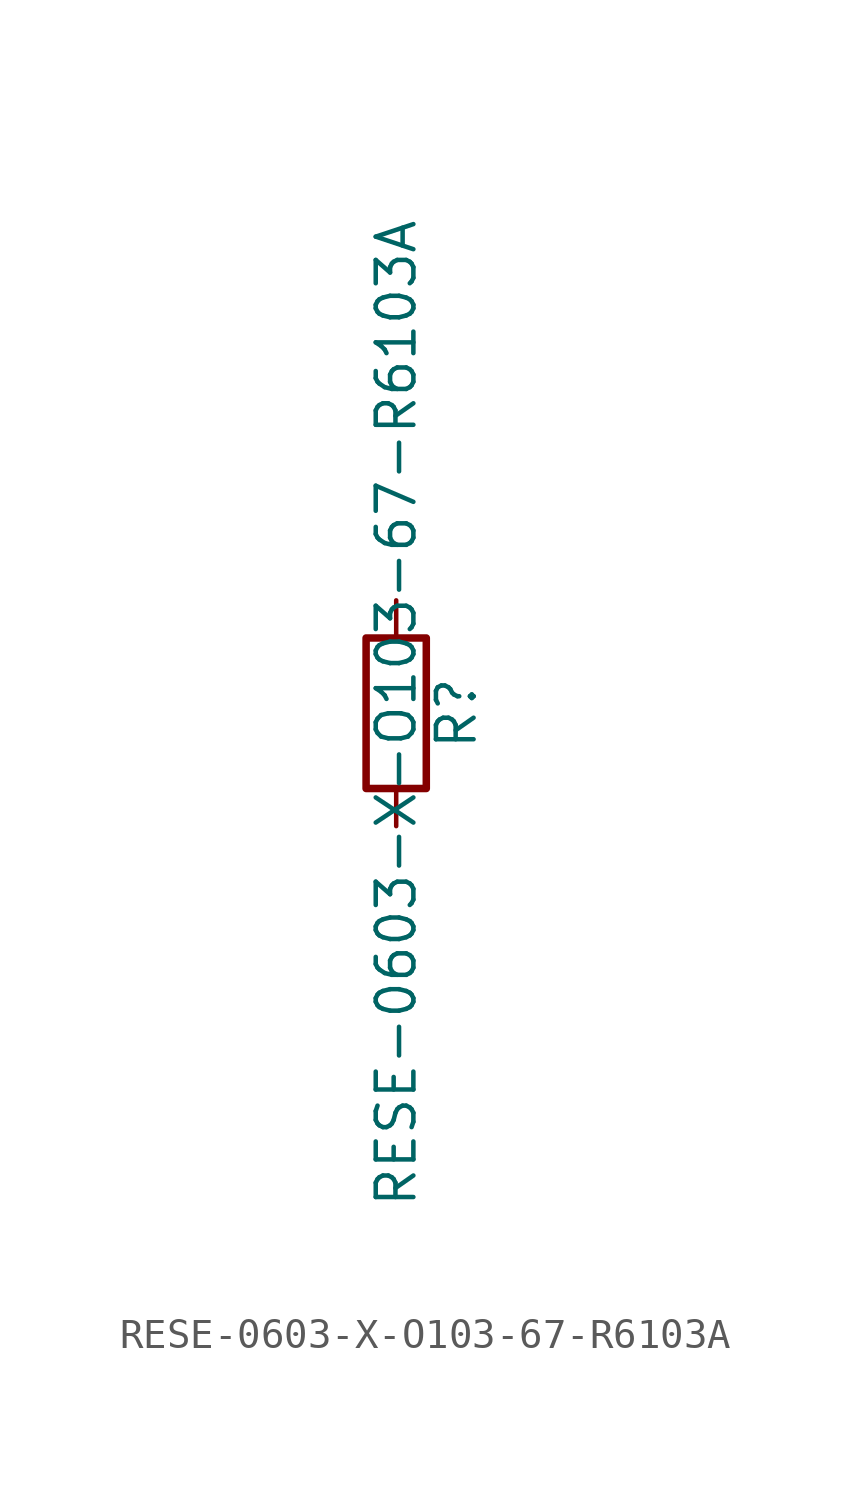
<source format=kicad_sym>
(kicad_symbol_lib
  (version 20211014)
  (generator kicad_symbol_editor)
  (symbol "RESE-0603-X-O103-67-R6103A"
    (pin_numbers hide)
    (pin_names
      (offset 0))
    (property "Reference" "R"
      (at 2.032 0 90)
      (effects (font (size 1.27 1.27))))
    (property "Value" "RESE-0603-X-O103-67-R6103A"
      (at 0 0 90)
      (effects (font (size 1.27 1.27))))
    (symbol "RESE-0603-X-O103-67-R6103A_0_1"
      (rectangle (start -1.016 -2.54) (end 1.016 2.54) (stroke (width 0.254) (type default) (color 0 0 0 0)) (fill (type none))))
    (symbol "RESE-0603-X-O103-67-R6103A_1_1"
      (pin passive line (at 0 3.81 270) (length 1.27) (name "~" (effects (font (size 1.27 1.27)))) (number "1" (effects (font (size 1.27 1.27)))))
      (pin passive line (at 0 -3.81 90) (length 1.27) (name "~" (effects (font (size 1.27 1.27)))) (number "2" (effects (font (size 1.27 1.27))))))))
</source>
